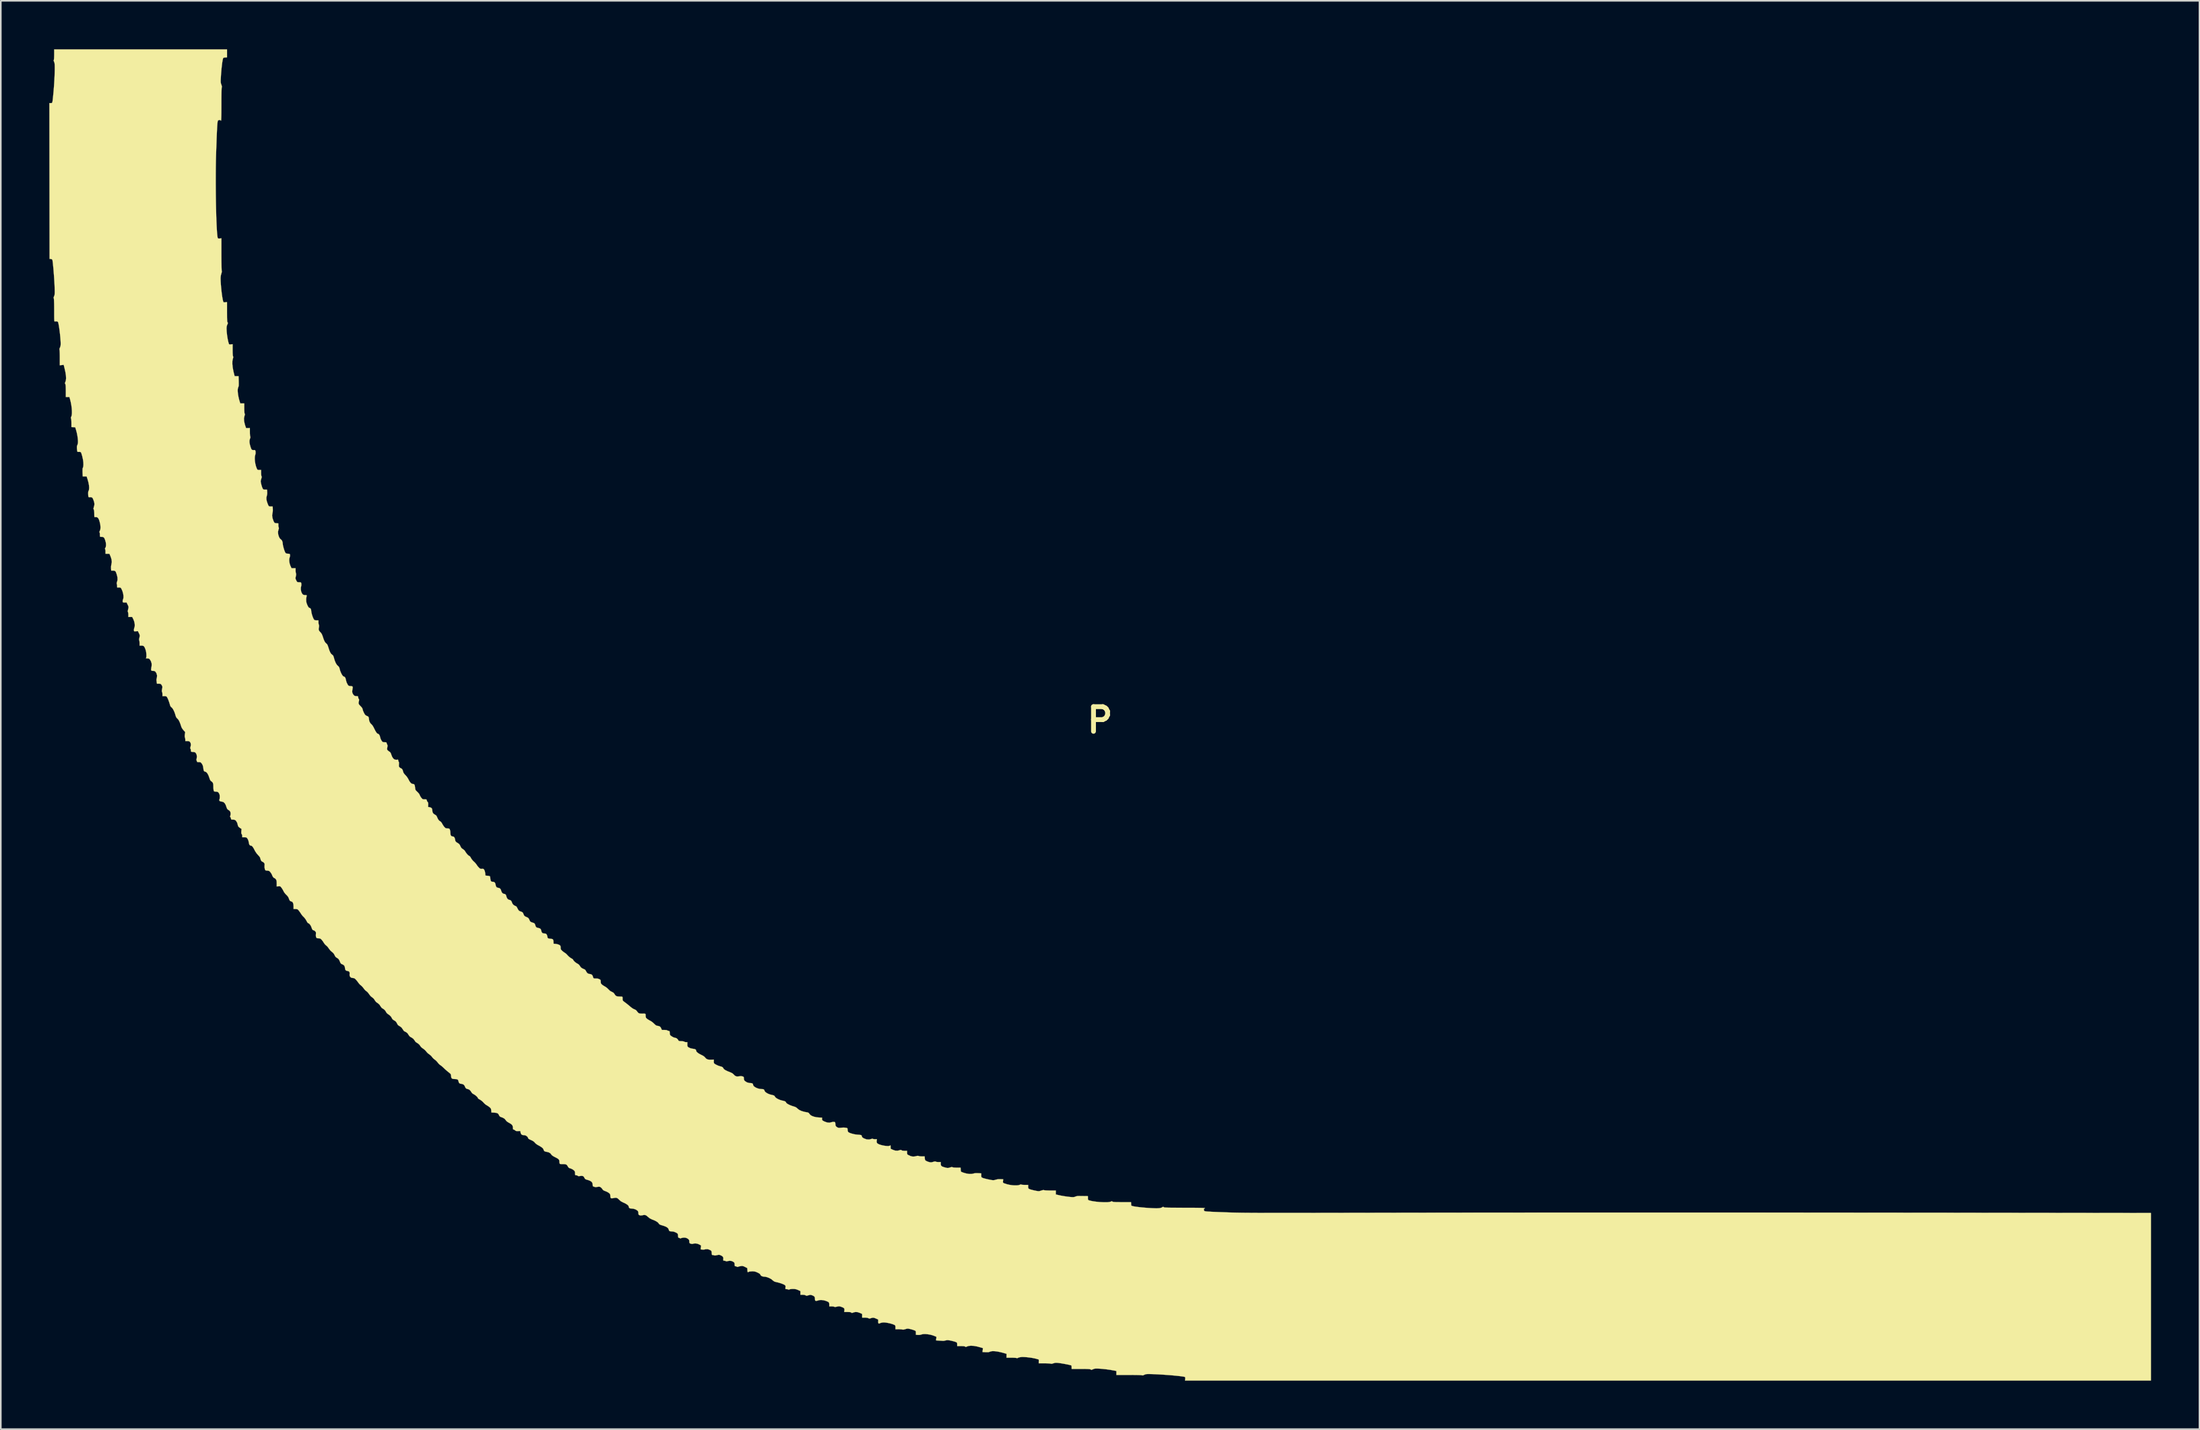
<source format=kicad_pcb>
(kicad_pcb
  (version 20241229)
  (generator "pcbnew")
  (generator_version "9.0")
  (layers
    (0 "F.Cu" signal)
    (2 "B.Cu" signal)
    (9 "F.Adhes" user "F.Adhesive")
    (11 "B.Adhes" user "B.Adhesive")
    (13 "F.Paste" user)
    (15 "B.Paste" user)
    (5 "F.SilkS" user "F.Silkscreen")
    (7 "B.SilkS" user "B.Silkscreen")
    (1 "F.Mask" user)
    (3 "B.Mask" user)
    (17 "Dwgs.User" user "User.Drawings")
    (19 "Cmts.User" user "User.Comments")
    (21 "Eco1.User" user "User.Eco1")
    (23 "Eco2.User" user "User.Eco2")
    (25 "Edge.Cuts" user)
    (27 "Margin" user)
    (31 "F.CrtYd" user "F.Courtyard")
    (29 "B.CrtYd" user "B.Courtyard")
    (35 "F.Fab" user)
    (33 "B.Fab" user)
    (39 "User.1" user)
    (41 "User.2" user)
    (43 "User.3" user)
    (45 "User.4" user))
  (footprint "P"
    (layer "F.Cu")
    (at 64.993 41.503)
    (property "Reference" "P" (at 0 0 0) (layer "F.SilkS") (effects (font (size 1.524 1.524) (thickness 0.3))))
    (attr through_hole)
    (fp_poly (pts (xy -54 -41.005) (xy -54.116 -40.997) (xy -54.188 -40.989) (xy -54.226 -40.972) (xy -54.246 -40.935) (xy -54.252 -40.915) (xy -54.275 -40.808) (xy -54.299 -40.661) (xy -54.321 -40.481) (xy -54.343 -40.278) (xy -54.361 -40.06) (xy -54.373 -39.897) (xy -54.382 -39.737) (xy -54.388 -39.617) (xy -54.39 -39.529) (xy -54.387 -39.463) (xy -54.38 -39.412) (xy -54.367 -39.365) (xy -54.349 -39.315) (xy -54.32 -39.221) (xy -54.317 -39.166) (xy -54.323 -39.156) (xy -54.329 -39.125) (xy -54.334 -39.047) (xy -54.339 -38.924) (xy -54.343 -38.76) (xy -54.345 -38.556) (xy -54.347 -38.315) (xy -54.347 -38.107) (xy -54.348 -37.825) (xy -54.349 -37.587) (xy -54.352 -37.393) (xy -54.356 -37.245) (xy -54.362 -37.144) (xy -54.368 -37.091) (xy -54.372 -37.083) (xy -54.396 -37.102) (xy -54.397 -37.108) (xy -54.417 -37.128) (xy -54.464 -37.131) (xy -54.519 -37.119) (xy -54.553 -37.102) (xy -54.563 -37.088) (xy -54.573 -37.061) (xy -54.581 -37.018) (xy -54.59 -36.956) (xy -54.598 -36.87) (xy -54.606 -36.76) (xy -54.614 -36.62) (xy -54.623 -36.449) (xy -54.632 -36.242) (xy -54.642 -35.998) (xy -54.652 -35.711) (xy -54.664 -35.381) (xy -54.672 -35.148) (xy -54.681 -34.853) (xy -54.688 -34.539) (xy -54.693 -34.21) (xy -54.696 -33.87) (xy -54.697 -33.522) (xy -54.697 -33.169) (xy -54.695 -32.816) (xy -54.692 -32.467) (xy -54.687 -32.123) (xy -54.681 -31.79) (xy -54.673 -31.47) (xy -54.665 -31.168) (xy -54.655 -30.887) (xy -54.644 -30.631) (xy -54.632 -30.402) (xy -54.62 -30.205) (xy -54.606 -30.044) (xy -54.592 -29.922) (xy -54.577 -29.842) (xy -54.561 -29.808) (xy -54.52 -29.798) (xy -54.453 -29.798) (xy -54.44 -29.799) (xy -54.347 -29.811) (xy -54.347 -28.814) (xy -54.346 -28.596) (xy -54.345 -28.393) (xy -54.342 -28.209) (xy -54.339 -28.052) (xy -54.335 -27.926) (xy -54.331 -27.837) (xy -54.327 -27.79) (xy -54.325 -27.785) (xy -54.321 -27.74) (xy -54.339 -27.663) (xy -54.35 -27.63) (xy -54.383 -27.503) (xy -54.397 -27.355) (xy -54.397 -27.339) (xy -54.393 -27.174) (xy -54.382 -26.983) (xy -54.365 -26.776) (xy -54.344 -26.566) (xy -54.32 -26.364) (xy -54.293 -26.18) (xy -54.266 -26.026) (xy -54.245 -25.936) (xy -54.227 -25.878) (xy -54.204 -25.851) (xy -54.159 -25.848) (xy -54.11 -25.853) (xy -54 -25.865) (xy -54 -25.251) (xy -53.999 -25.053) (xy -53.998 -24.899) (xy -53.994 -24.784) (xy -53.99 -24.703) (xy -53.983 -24.65) (xy -53.973 -24.619) (xy -53.965 -24.608) (xy -53.947 -24.584) (xy -53.951 -24.547) (xy -53.978 -24.483) (xy -53.982 -24.475) (xy -54.015 -24.381) (xy -54.028 -24.272) (xy -54.028 -24.209) (xy -54.018 -24.02) (xy -53.996 -23.818) (xy -53.966 -23.621) (xy -53.93 -23.443) (xy -53.897 -23.32) (xy -53.877 -23.268) (xy -53.851 -23.246) (xy -53.802 -23.244) (xy -53.761 -23.248) (xy -53.653 -23.261) (xy -53.653 -22.897) (xy -53.651 -22.734) (xy -53.645 -22.612) (xy -53.636 -22.534) (xy -53.625 -22.505) (xy -53.613 -22.472) (xy -53.622 -22.411) (xy -53.641 -22.347) (xy -53.667 -22.21) (xy -53.669 -22.033) (xy -53.648 -21.822) (xy -53.603 -21.581) (xy -53.555 -21.387) (xy -53.527 -21.282) (xy -53.285 -21.282) (xy -53.276 -20.979) (xy -53.274 -20.86) (xy -53.274 -20.758) (xy -53.278 -20.685) (xy -53.283 -20.65) (xy -53.284 -20.65) (xy -53.3 -20.612) (xy -53.321 -20.546) (xy -53.328 -20.521) (xy -53.339 -20.432) (xy -53.335 -20.307) (xy -53.319 -20.16) (xy -53.291 -20.001) (xy -53.254 -19.842) (xy -53.231 -19.763) (xy -53.179 -19.596) (xy -52.933 -19.596) (xy -52.933 -19.291) (xy -52.931 -19.147) (xy -52.924 -19.041) (xy -52.914 -18.975) (xy -52.906 -18.958) (xy -52.893 -18.924) (xy -52.904 -18.865) (xy -52.921 -18.816) (xy -52.951 -18.673) (xy -52.943 -18.501) (xy -52.897 -18.298) (xy -52.878 -18.239) (xy -52.822 -18.07) (xy -52.586 -18.073) (xy -52.586 -17.822) (xy -52.584 -17.714) (xy -52.577 -17.624) (xy -52.568 -17.564) (xy -52.561 -17.546) (xy -52.551 -17.505) (xy -52.573 -17.43) (xy -52.575 -17.426) (xy -52.606 -17.32) (xy -52.611 -17.205) (xy -52.59 -17.069) (xy -52.549 -16.923) (xy -52.515 -16.819) (xy -52.483 -16.754) (xy -52.444 -16.72) (xy -52.388 -16.709) (xy -52.303 -16.712) (xy -52.285 -16.714) (xy -52.256 -16.694) (xy -52.238 -16.64) (xy -52.231 -16.564) (xy -52.236 -16.482) (xy -52.254 -16.407) (xy -52.256 -16.403) (xy -52.278 -16.304) (xy -52.283 -16.173) (xy -52.273 -16.021) (xy -52.247 -15.862) (xy -52.209 -15.709) (xy -52.164 -15.584) (xy -52.132 -15.519) (xy -52.101 -15.488) (xy -52.05 -15.479) (xy -52.004 -15.478) (xy -51.891 -15.478) (xy -51.891 -15.297) (xy -51.888 -15.205) (xy -51.879 -15.131) (xy -51.866 -15.091) (xy -51.865 -15.089) (xy -51.853 -15.053) (xy -51.864 -14.987) (xy -51.877 -14.947) (xy -51.901 -14.866) (xy -51.915 -14.797) (xy -51.916 -14.776) (xy -51.908 -14.707) (xy -51.887 -14.61) (xy -51.858 -14.503) (xy -51.825 -14.404) (xy -51.801 -14.346) (xy -51.773 -14.295) (xy -51.739 -14.271) (xy -51.682 -14.263) (xy -51.644 -14.263) (xy -51.525 -14.263) (xy -51.514 -14.123) (xy -51.513 -14.014) (xy -51.528 -13.917) (xy -51.535 -13.894) (xy -51.562 -13.781) (xy -51.562 -13.661) (xy -51.533 -13.526) (xy -51.475 -13.363) (xy -51.464 -13.339) (xy -51.433 -13.27) (xy -51.404 -13.235) (xy -51.361 -13.222) (xy -51.296 -13.221) (xy -51.178 -13.221) (xy -51.167 -13.066) (xy -51.167 -12.935) (xy -51.185 -12.818) (xy -51.19 -12.8) (xy -51.208 -12.663) (xy -51.187 -12.506) (xy -51.129 -12.336) (xy -51.114 -12.303) (xy -51.079 -12.236) (xy -51.045 -12.202) (xy -50.994 -12.188) (xy -50.943 -12.184) (xy -50.825 -12.176) (xy -50.825 -12.059) (xy -50.82 -11.984) (xy -50.807 -11.929) (xy -50.799 -11.916) (xy -50.789 -11.874) (xy -50.812 -11.8) (xy -50.846 -11.659) (xy -50.835 -11.503) (xy -50.797 -11.371) (xy -50.748 -11.266) (xy -50.691 -11.202) (xy -50.673 -11.19) (xy -50.609 -11.127) (xy -50.567 -11.029) (xy -50.552 -10.914) (xy -50.543 -10.841) (xy -50.521 -10.738) (xy -50.49 -10.623) (xy -50.455 -10.512) (xy -50.421 -10.423) (xy -50.41 -10.4) (xy -50.377 -10.344) (xy -50.341 -10.315) (xy -50.285 -10.303) (xy -50.235 -10.299) (xy -50.16 -10.293) (xy -50.122 -10.28) (xy -50.106 -10.251) (xy -50.101 -10.212) (xy -50.106 -10.131) (xy -50.127 -10.063) (xy -50.15 -9.971) (xy -50.151 -9.851) (xy -50.132 -9.718) (xy -50.093 -9.587) (xy -50.075 -9.544) (xy -50.009 -9.401) (xy -49.758 -9.401) (xy -49.758 -9.263) (xy -49.754 -9.177) (xy -49.743 -9.106) (xy -49.733 -9.079) (xy -49.723 -9.021) (xy -49.736 -8.93) (xy -49.743 -8.9) (xy -49.761 -8.821) (xy -49.763 -8.765) (xy -49.745 -8.709) (xy -49.718 -8.651) (xy -49.681 -8.582) (xy -49.649 -8.547) (xy -49.605 -8.535) (xy -49.538 -8.533) (xy -49.465 -8.531) (xy -49.428 -8.519) (xy -49.411 -8.487) (xy -49.403 -8.444) (xy -49.4 -8.366) (xy -49.411 -8.296) (xy -49.412 -8.294) (xy -49.433 -8.194) (xy -49.432 -8.074) (xy -49.411 -7.959) (xy -49.398 -7.919) (xy -49.35 -7.824) (xy -49.298 -7.768) (xy -49.23 -7.743) (xy -49.169 -7.739) (xy -49.101 -7.737) (xy -49.072 -7.726) (xy -49.07 -7.7) (xy -49.074 -7.683) (xy -49.105 -7.506) (xy -49.098 -7.333) (xy -49.076 -7.24) (xy -49.032 -7.124) (xy -48.986 -7.031) (xy -48.941 -6.968) (xy -48.902 -6.945) (xy -48.902 -6.945) (xy -48.847 -6.923) (xy -48.807 -6.863) (xy -48.791 -6.779) (xy -48.791 -6.773) (xy -48.781 -6.682) (xy -48.754 -6.565) (xy -48.717 -6.442) (xy -48.674 -6.329) (xy -48.638 -6.257) (xy -48.603 -6.208) (xy -48.564 -6.184) (xy -48.502 -6.177) (xy -48.466 -6.176) (xy -48.344 -6.176) (xy -48.344 -6.063) (xy -48.339 -5.982) (xy -48.324 -5.916) (xy -48.318 -5.9) (xy -48.304 -5.843) (xy -48.312 -5.757) (xy -48.318 -5.725) (xy -48.331 -5.64) (xy -48.323 -5.575) (xy -48.289 -5.513) (xy -48.223 -5.439) (xy -48.199 -5.415) (xy -48.137 -5.329) (xy -48.083 -5.195) (xy -48.072 -5.16) (xy -48.018 -4.998) (xy -47.966 -4.878) (xy -47.91 -4.793) (xy -47.854 -4.742) (xy -47.811 -4.699) (xy -47.774 -4.632) (xy -47.737 -4.53) (xy -47.729 -4.503) (xy -47.672 -4.327) (xy -47.617 -4.197) (xy -47.561 -4.108) (xy -47.504 -4.057) (xy -47.499 -4.054) (xy -47.441 -4.006) (xy -47.405 -3.925) (xy -47.402 -3.913) (xy -47.341 -3.704) (xy -47.277 -3.544) (xy -47.207 -3.429) (xy -47.153 -3.373) (xy -47.089 -3.312) (xy -47.051 -3.244) (xy -47.031 -3.168) (xy -47.002 -3.065) (xy -46.961 -2.958) (xy -46.913 -2.858) (xy -46.864 -2.776) (xy -46.819 -2.722) (xy -46.794 -2.708) (xy -46.721 -2.676) (xy -46.673 -2.608) (xy -46.647 -2.501) (xy -46.605 -2.341) (xy -46.529 -2.192) (xy -46.5 -2.152) (xy -46.449 -2.119) (xy -46.359 -2.108) (xy -46.354 -2.108) (xy -46.279 -2.103) (xy -46.237 -2.081) (xy -46.223 -2.034) (xy -46.232 -1.952) (xy -46.241 -1.904) (xy -46.257 -1.781) (xy -46.243 -1.683) (xy -46.196 -1.596) (xy -46.172 -1.565) (xy -46.12 -1.514) (xy -46.063 -1.492) (xy -45.998 -1.488) (xy -45.93 -1.486) (xy -45.898 -1.473) (xy -45.889 -1.441) (xy -45.889 -1.422) (xy -45.875 -1.356) (xy -45.852 -1.315) (xy -45.829 -1.273) (xy -45.833 -1.214) (xy -45.839 -1.189) (xy -45.86 -1.096) (xy -45.857 -1.024) (xy -45.824 -0.959) (xy -45.756 -0.884) (xy -45.74 -0.868) (xy -45.677 -0.801) (xy -45.633 -0.74) (xy -45.616 -0.699) (xy -45.604 -0.638) (xy -45.573 -0.552) (xy -45.531 -0.458) (xy -45.484 -0.373) (xy -45.466 -0.346) (xy -45.41 -0.292) (xy -45.343 -0.26) (xy -45.342 -0.26) (xy -45.271 -0.228) (xy -45.232 -0.164) (xy -45.219 -0.064) (xy -45.219 -0.061) (xy -45.198 0.063) (xy -45.14 0.177) (xy -45.064 0.256) (xy -45.009 0.315) (xy -44.947 0.413) (xy -44.893 0.52) (xy -44.818 0.669) (xy -44.752 0.773) (xy -44.695 0.831) (xy -44.66 0.843) (xy -44.612 0.866) (xy -44.567 0.929) (xy -44.534 1.02) (xy -44.528 1.05) (xy -44.499 1.147) (xy -44.454 1.244) (xy -44.44 1.265) (xy -44.397 1.325) (xy -44.357 1.354) (xy -44.301 1.363) (xy -44.251 1.364) (xy -44.176 1.367) (xy -44.139 1.379) (xy -44.128 1.404) (xy -44.128 1.408) (xy -44.114 1.463) (xy -44.093 1.502) (xy -44.073 1.545) (xy -44.071 1.602) (xy -44.084 1.682) (xy -44.097 1.761) (xy -44.095 1.811) (xy -44.076 1.848) (xy -44.063 1.863) (xy -44.004 1.914) (xy -43.949 1.95) (xy -43.897 1.993) (xy -43.858 2.067) (xy -43.843 2.114) (xy -43.784 2.268) (xy -43.713 2.375) (xy -43.628 2.436) (xy -43.528 2.453) (xy -43.482 2.447) (xy -43.43 2.441) (xy -43.411 2.46) (xy -43.408 2.492) (xy -43.398 2.545) (xy -43.38 2.569) (xy -43.364 2.606) (xy -43.362 2.687) (xy -43.365 2.73) (xy -43.37 2.815) (xy -43.364 2.868) (xy -43.342 2.905) (xy -43.325 2.922) (xy -43.266 2.965) (xy -43.219 2.987) (xy -43.17 3.022) (xy -43.13 3.097) (xy -43.098 3.212) (xy -43.07 3.272) (xy -43.014 3.346) (xy -42.964 3.398) (xy -42.886 3.486) (xy -42.815 3.588) (xy -42.784 3.646) (xy -42.711 3.783) (xy -42.636 3.881) (xy -42.563 3.934) (xy -42.519 3.944) (xy -42.455 3.952) (xy -42.413 3.979) (xy -42.387 4.036) (xy -42.371 4.132) (xy -42.368 4.155) (xy -42.357 4.247) (xy -42.34 4.308) (xy -42.307 4.357) (xy -42.25 4.414) (xy -42.225 4.437) (xy -42.158 4.506) (xy -42.107 4.572) (xy -42.084 4.618) (xy -42.06 4.676) (xy -42.016 4.75) (xy -41.986 4.792) (xy -41.935 4.854) (xy -41.893 4.886) (xy -41.84 4.897) (xy -41.776 4.898) (xy -41.7 4.899) (xy -41.662 4.909) (xy -41.648 4.932) (xy -41.647 4.95) (xy -41.629 5.006) (xy -41.598 5.048) (xy -41.568 5.086) (xy -41.555 5.139) (xy -41.554 5.225) (xy -41.554 5.23) (xy -41.56 5.368) (xy -41.463 5.385) (xy -41.374 5.414) (xy -41.321 5.471) (xy -41.301 5.562) (xy -41.3 5.593) (xy -41.282 5.703) (xy -41.225 5.788) (xy -41.132 5.848) (xy -41.068 5.889) (xy -41.025 5.947) (xy -40.998 6.012) (xy -40.943 6.129) (xy -40.875 6.217) (xy -40.801 6.264) (xy -40.799 6.265) (xy -40.763 6.294) (xy -40.718 6.353) (xy -40.692 6.401) (xy -40.639 6.491) (xy -40.579 6.578) (xy -40.553 6.61) (xy -40.497 6.665) (xy -40.444 6.691) (xy -40.37 6.697) (xy -40.36 6.697) (xy -40.288 6.7) (xy -40.247 6.716) (xy -40.222 6.753) (xy -40.211 6.778) (xy -40.192 6.853) (xy -40.183 6.946) (xy -40.183 6.978) (xy -40.173 7.085) (xy -40.134 7.158) (xy -40.071 7.192) (xy -40.05 7.194) (xy -39.993 7.203) (xy -39.968 7.213) (xy -39.934 7.255) (xy -39.904 7.326) (xy -39.887 7.402) (xy -39.886 7.427) (xy -39.862 7.496) (xy -39.791 7.563) (xy -39.708 7.611) (xy -39.643 7.66) (xy -39.596 7.722) (xy -39.594 7.727) (xy -39.548 7.827) (xy -39.508 7.894) (xy -39.463 7.939) (xy -39.405 7.978) (xy -39.403 7.979) (xy -39.304 8.061) (xy -39.25 8.143) (xy -39.205 8.213) (xy -39.146 8.287) (xy -39.082 8.351) (xy -39.026 8.396) (xy -38.993 8.409) (xy -38.969 8.429) (xy -38.934 8.482) (xy -38.907 8.531) (xy -38.85 8.619) (xy -38.774 8.707) (xy -38.734 8.743) (xy -38.658 8.816) (xy -38.589 8.898) (xy -38.562 8.938) (xy -38.503 9.023) (xy -38.432 9.106) (xy -38.414 9.125) (xy -38.354 9.177) (xy -38.305 9.198) (xy -38.244 9.198) (xy -38.23 9.197) (xy -38.164 9.193) (xy -38.124 9.211) (xy -38.087 9.261) (xy -38.086 9.261) (xy -38.056 9.332) (xy -38.033 9.425) (xy -38.026 9.475) (xy -38.013 9.612) (xy -37.884 9.625) (xy -37.808 9.635) (xy -37.754 9.648) (xy -37.738 9.655) (xy -37.726 9.688) (xy -37.715 9.753) (xy -37.709 9.804) (xy -37.695 9.903) (xy -37.67 9.961) (xy -37.628 9.99) (xy -37.568 9.996) (xy -37.479 10.011) (xy -37.422 10.059) (xy -37.392 10.146) (xy -37.388 10.171) (xy -37.361 10.28) (xy -37.311 10.345) (xy -37.238 10.368) (xy -37.234 10.368) (xy -37.142 10.39) (xy -37.076 10.452) (xy -37.044 10.537) (xy -37.014 10.625) (xy -36.964 10.696) (xy -36.905 10.736) (xy -36.879 10.74) (xy -36.796 10.759) (xy -36.743 10.817) (xy -36.72 10.895) (xy -36.691 10.985) (xy -36.641 11.059) (xy -36.58 11.105) (xy -36.544 11.113) (xy -36.468 11.135) (xy -36.407 11.194) (xy -36.375 11.272) (xy -36.335 11.364) (xy -36.262 11.442) (xy -36.171 11.491) (xy -36.158 11.494) (xy -36.112 11.516) (xy -36.072 11.563) (xy -36.03 11.646) (xy -35.98 11.738) (xy -35.93 11.795) (xy -35.912 11.805) (xy -35.848 11.83) (xy -35.775 11.857) (xy -35.712 11.894) (xy -35.675 11.956) (xy -35.665 11.983) (xy -35.628 12.073) (xy -35.571 12.133) (xy -35.481 12.176) (xy -35.459 12.184) (xy -35.377 12.226) (xy -35.331 12.278) (xy -35.297 12.35) (xy -35.271 12.407) (xy -35.247 12.447) (xy -35.209 12.478) (xy -35.146 12.507) (xy -35.046 12.539) (xy -35.038 12.542) (xy -34.986 12.567) (xy -34.953 12.615) (xy -34.932 12.674) (xy -34.905 12.756) (xy -34.875 12.804) (xy -34.826 12.832) (xy -34.749 12.852) (xy -34.658 12.878) (xy -34.604 12.913) (xy -34.575 12.967) (xy -34.563 13.019) (xy -34.531 13.118) (xy -34.476 13.175) (xy -34.394 13.196) (xy -34.382 13.196) (xy -34.315 13.202) (xy -34.268 13.213) (xy -34.265 13.215) (xy -34.221 13.267) (xy -34.19 13.343) (xy -34.181 13.402) (xy -34.168 13.462) (xy -34.126 13.499) (xy -34.046 13.517) (xy -34.007 13.521) (xy -33.909 13.531) (xy -33.85 13.553) (xy -33.819 13.598) (xy -33.806 13.673) (xy -33.804 13.699) (xy -33.796 13.829) (xy -33.66 13.841) (xy -33.565 13.858) (xy -33.478 13.886) (xy -33.443 13.903) (xy -33.393 13.94) (xy -33.369 13.981) (xy -33.363 14.047) (xy -33.362 14.068) (xy -33.358 14.141) (xy -33.337 14.193) (xy -33.291 14.246) (xy -33.265 14.271) (xy -33.193 14.33) (xy -33.123 14.38) (xy -33.095 14.396) (xy -33.039 14.436) (xy -32.972 14.5) (xy -32.932 14.545) (xy -32.854 14.624) (xy -32.762 14.697) (xy -32.717 14.724) (xy -32.65 14.764) (xy -32.605 14.797) (xy -32.593 14.811) (xy -32.575 14.852) (xy -32.526 14.909) (xy -32.461 14.97) (xy -32.39 15.024) (xy -32.331 15.057) (xy -32.233 15.12) (xy -32.169 15.206) (xy -32.118 15.28) (xy -32.055 15.335) (xy -31.966 15.381) (xy -31.907 15.404) (xy -31.836 15.45) (xy -31.79 15.528) (xy -31.729 15.629) (xy -31.646 15.687) (xy -31.564 15.701) (xy -31.467 15.722) (xy -31.399 15.78) (xy -31.369 15.853) (xy -31.345 15.934) (xy -31.306 15.974) (xy -31.24 15.984) (xy -31.193 15.981) (xy -31.064 15.987) (xy -30.984 16.015) (xy -30.922 16.046) (xy -30.893 16.079) (xy -30.883 16.132) (xy -30.882 16.177) (xy -30.877 16.256) (xy -30.853 16.309) (xy -30.804 16.358) (xy -30.733 16.41) (xy -30.645 16.464) (xy -30.612 16.482) (xy -30.528 16.537) (xy -30.443 16.611) (xy -30.405 16.652) (xy -30.297 16.753) (xy -30.207 16.799) (xy -30.101 16.856) (xy -30.045 16.919) (xy -29.999 16.989) (xy -29.959 17.037) (xy -29.916 17.068) (xy -29.858 17.085) (xy -29.776 17.095) (xy -29.659 17.099) (xy -29.605 17.101) (xy -29.56 17.105) (xy -29.538 17.123) (xy -29.531 17.167) (xy -29.53 17.226) (xy -29.529 17.288) (xy -29.519 17.332) (xy -29.493 17.369) (xy -29.442 17.412) (xy -29.369 17.467) (xy -29.265 17.546) (xy -29.151 17.638) (xy -29.055 17.72) (xy -28.957 17.799) (xy -28.862 17.859) (xy -28.798 17.887) (xy -28.706 17.931) (xy -28.638 18.007) (xy -28.635 18.012) (xy -28.577 18.089) (xy -28.513 18.134) (xy -28.43 18.154) (xy -28.318 18.156) (xy -28.215 18.153) (xy -28.152 18.156) (xy -28.118 18.171) (xy -28.106 18.202) (xy -28.104 18.256) (xy -28.104 18.279) (xy -28.099 18.358) (xy -28.08 18.411) (xy -28.035 18.458) (xy -28.023 18.469) (xy -27.95 18.521) (xy -27.86 18.574) (xy -27.824 18.592) (xy -27.743 18.64) (xy -27.652 18.71) (xy -27.583 18.774) (xy -27.517 18.837) (xy -27.457 18.883) (xy -27.418 18.901) (xy -27.417 18.901) (xy -27.363 18.908) (xy -27.292 18.924) (xy -27.283 18.926) (xy -27.219 18.954) (xy -27.174 19.004) (xy -27.147 19.056) (xy -27.099 19.162) (xy -26.946 19.162) (xy -26.853 19.167) (xy -26.785 19.18) (xy -26.761 19.193) (xy -26.712 19.218) (xy -26.674 19.224) (xy -26.641 19.229) (xy -26.623 19.253) (xy -26.614 19.309) (xy -26.611 19.354) (xy -26.604 19.429) (xy -26.587 19.478) (xy -26.55 19.517) (xy -26.482 19.565) (xy -26.404 19.609) (xy -26.33 19.639) (xy -26.293 19.645) (xy -26.205 19.669) (xy -26.127 19.732) (xy -26.086 19.794) (xy -26.064 19.829) (xy -26.032 19.847) (xy -25.976 19.855) (xy -25.902 19.857) (xy -25.814 19.862) (xy -25.746 19.875) (xy -25.718 19.888) (xy -25.673 19.909) (xy -25.608 19.918) (xy -25.606 19.918) (xy -25.524 19.918) (xy -25.524 20.054) (xy -25.522 20.134) (xy -25.509 20.183) (xy -25.478 20.218) (xy -25.431 20.25) (xy -25.321 20.299) (xy -25.192 20.325) (xy -25.084 20.342) (xy -25.018 20.368) (xy -24.985 20.408) (xy -24.978 20.453) (xy -24.956 20.506) (xy -24.891 20.569) (xy -24.792 20.637) (xy -24.663 20.705) (xy -24.621 20.724) (xy -24.532 20.773) (xy -24.459 20.831) (xy -24.433 20.86) (xy -24.36 20.94) (xy -24.271 20.987) (xy -24.155 21.006) (xy -24.057 21.005) (xy -23.887 20.996) (xy -23.887 21.114) (xy -23.885 21.18) (xy -23.872 21.223) (xy -23.838 21.257) (xy -23.772 21.297) (xy -23.758 21.305) (xy -23.661 21.353) (xy -23.555 21.394) (xy -23.504 21.408) (xy -23.405 21.437) (xy -23.342 21.469) (xy -23.304 21.515) (xy -23.29 21.547) (xy -23.248 21.598) (xy -23.161 21.655) (xy -23.031 21.718) (xy -22.877 21.778) (xy -22.752 21.836) (xy -22.67 21.904) (xy -22.661 21.914) (xy -22.572 22.001) (xy -22.469 22.041) (xy -22.347 22.036) (xy -22.328 22.032) (xy -22.223 22.018) (xy -22.13 22.031) (xy -22.119 22.034) (xy -22.06 22.057) (xy -22.033 22.087) (xy -22.027 22.144) (xy -22.027 22.165) (xy -22.015 22.253) (xy -21.974 22.314) (xy -21.971 22.317) (xy -21.841 22.404) (xy -21.693 22.445) (xy -21.636 22.448) (xy -21.538 22.457) (xy -21.48 22.487) (xy -21.457 22.542) (xy -21.456 22.563) (xy -21.433 22.62) (xy -21.371 22.679) (xy -21.281 22.733) (xy -21.172 22.778) (xy -21.055 22.809) (xy -20.94 22.821) (xy -20.849 22.826) (xy -20.793 22.844) (xy -20.762 22.884) (xy -20.748 22.927) (xy -20.712 22.986) (xy -20.637 23.048) (xy -20.536 23.105) (xy -20.419 23.151) (xy -20.354 23.168) (xy -20.252 23.192) (xy -20.187 23.211) (xy -20.148 23.231) (xy -20.124 23.258) (xy -20.102 23.295) (xy -20.051 23.354) (xy -19.962 23.415) (xy -19.847 23.471) (xy -19.719 23.516) (xy -19.623 23.539) (xy -19.52 23.564) (xy -19.457 23.595) (xy -19.42 23.638) (xy -19.409 23.665) (xy -19.377 23.703) (xy -19.308 23.748) (xy -19.213 23.797) (xy -19.101 23.844) (xy -18.985 23.884) (xy -18.942 23.895) (xy -18.834 23.933) (xy -18.751 23.988) (xy -18.707 24.03) (xy -18.604 24.111) (xy -18.46 24.178) (xy -18.284 24.229) (xy -18.194 24.246) (xy -18.098 24.263) (xy -18.038 24.283) (xy -18.001 24.31) (xy -17.974 24.353) (xy -17.972 24.356) (xy -17.912 24.424) (xy -17.813 24.484) (xy -17.682 24.532) (xy -17.53 24.565) (xy -17.407 24.577) (xy -17.19 24.588) (xy -17.19 24.672) (xy -17.186 24.719) (xy -17.17 24.752) (xy -17.131 24.782) (xy -17.058 24.819) (xy -17.035 24.831) (xy -16.874 24.888) (xy -16.732 24.901) (xy -16.609 24.871) (xy -16.531 24.852) (xy -16.455 24.85) (xy -16.407 24.858) (xy -16.382 24.878) (xy -16.371 24.923) (xy -16.366 24.986) (xy -16.358 25.066) (xy -16.337 25.115) (xy -16.295 25.155) (xy -16.272 25.172) (xy -16.215 25.205) (xy -16.16 25.22) (xy -16.088 25.22) (xy -16.036 25.216) (xy -15.937 25.206) (xy -15.868 25.202) (xy -15.812 25.204) (xy -15.749 25.211) (xy -15.714 25.216) (xy -15.653 25.227) (xy -15.623 25.248) (xy -15.613 25.294) (xy -15.61 25.342) (xy -15.594 25.438) (xy -15.561 25.489) (xy -15.491 25.527) (xy -15.387 25.565) (xy -15.263 25.599) (xy -15.135 25.626) (xy -15.019 25.64) (xy -14.898 25.648) (xy -14.817 25.658) (xy -14.768 25.672) (xy -14.743 25.694) (xy -14.732 25.725) (xy -14.729 25.741) (xy -14.715 25.786) (xy -14.677 25.825) (xy -14.605 25.868) (xy -14.587 25.877) (xy -14.43 25.934) (xy -14.279 25.943) (xy -14.151 25.91) (xy -14.088 25.891) (xy -14.053 25.895) (xy -14.051 25.898) (xy -14.02 25.911) (xy -13.956 25.92) (xy -13.916 25.921) (xy -13.796 25.921) (xy -13.81 26.021) (xy -13.812 26.102) (xy -13.788 26.158) (xy -13.778 26.17) (xy -13.72 26.213) (xy -13.631 26.252) (xy -13.521 26.286) (xy -13.4 26.314) (xy -13.277 26.334) (xy -13.163 26.343) (xy -13.066 26.342) (xy -12.997 26.328) (xy -12.965 26.3) (xy -12.965 26.299) (xy -12.958 26.296) (xy -12.953 26.335) (xy -12.951 26.384) (xy -12.948 26.513) (xy -12.813 26.576) (xy -12.661 26.628) (xy -12.516 26.634) (xy -12.397 26.605) (xy -12.333 26.586) (xy -12.297 26.588) (xy -12.276 26.606) (xy -12.228 26.629) (xy -12.135 26.639) (xy -12.089 26.64) (xy -11.931 26.64) (xy -11.931 26.751) (xy -11.927 26.823) (xy -11.908 26.865) (xy -11.862 26.897) (xy -11.838 26.91) (xy -11.698 26.971) (xy -11.577 26.997) (xy -11.461 26.991) (xy -11.396 26.976) (xy -11.301 26.953) (xy -11.238 26.953) (xy -11.213 26.962) (xy -11.164 26.975) (xy -11.084 26.985) (xy -11.004 26.988) (xy -10.842 26.988) (xy -10.835 27.104) (xy -10.825 27.181) (xy -10.802 27.227) (xy -10.756 27.262) (xy -10.753 27.264) (xy -10.681 27.298) (xy -10.592 27.329) (xy -10.564 27.337) (xy -10.487 27.353) (xy -10.42 27.352) (xy -10.338 27.331) (xy -10.319 27.325) (xy -10.23 27.301) (xy -10.177 27.3) (xy -10.162 27.308) (xy -10.124 27.323) (xy -10.054 27.332) (xy -9.991 27.335) (xy -9.847 27.335) (xy -9.847 27.446) (xy -9.841 27.516) (xy -9.818 27.567) (xy -9.769 27.606) (xy -9.687 27.64) (xy -9.573 27.673) (xy -9.483 27.695) (xy -9.42 27.703) (xy -9.363 27.697) (xy -9.293 27.677) (xy -9.279 27.672) (xy -9.189 27.648) (xy -9.136 27.647) (xy -9.12 27.656) (xy -9.084 27.668) (xy -9.01 27.677) (xy -8.909 27.681) (xy -8.857 27.682) (xy -8.62 27.682) (xy -8.615 27.797) (xy -8.608 27.87) (xy -8.597 27.921) (xy -8.59 27.931) (xy -8.558 27.949) (xy -8.492 27.975) (xy -8.41 28.004) (xy -8.255 28.046) (xy -8.103 28.07) (xy -7.966 28.073) (xy -7.858 28.057) (xy -7.838 28.05) (xy -7.751 28.028) (xy -7.627 28.022) (xy -7.547 28.024) (xy -7.342 28.035) (xy -7.342 28.157) (xy -7.34 28.231) (xy -7.326 28.273) (xy -7.291 28.3) (xy -7.249 28.319) (xy -7.187 28.34) (xy -7.09 28.366) (xy -6.973 28.395) (xy -6.876 28.415) (xy -6.753 28.44) (xy -6.665 28.454) (xy -6.601 28.459) (xy -6.547 28.455) (xy -6.492 28.442) (xy -6.467 28.435) (xy -6.385 28.413) (xy -6.325 28.4) (xy -6.265 28.395) (xy -6.187 28.395) (xy -6.124 28.397) (xy -5.984 28.401) (xy -5.996 28.509) (xy -6.001 28.577) (xy -5.989 28.615) (xy -5.95 28.64) (xy -5.913 28.655) (xy -5.765 28.704) (xy -5.603 28.742) (xy -5.436 28.768) (xy -5.277 28.781) (xy -5.134 28.78) (xy -5.021 28.764) (xy -4.967 28.744) (xy -4.911 28.723) (xy -4.876 28.723) (xy -4.873 28.726) (xy -4.843 28.736) (xy -4.776 28.744) (xy -4.685 28.748) (xy -4.649 28.749) (xy -4.44 28.749) (xy -4.44 28.862) (xy -4.437 28.933) (xy -4.42 28.972) (xy -4.378 29) (xy -4.347 29.014) (xy -4.281 29.036) (xy -4.183 29.063) (xy -4.07 29.09) (xy -4.016 29.101) (xy -3.906 29.123) (xy -3.831 29.134) (xy -3.774 29.136) (xy -3.722 29.128) (xy -3.661 29.109) (xy -3.632 29.099) (xy -3.539 29.073) (xy -3.479 29.067) (xy -3.461 29.073) (xy -3.429 29.081) (xy -3.357 29.088) (xy -3.255 29.093) (xy -3.131 29.096) (xy -3.083 29.096) (xy -2.729 29.096) (xy -2.729 29.34) (xy -2.509 29.391) (xy -2.395 29.415) (xy -2.25 29.44) (xy -2.095 29.464) (xy -1.965 29.481) (xy -1.83 29.496) (xy -1.732 29.504) (xy -1.663 29.506) (xy -1.61 29.501) (xy -1.563 29.489) (xy -1.533 29.479) (xy -1.486 29.461) (xy -1.448 29.449) (xy -1.409 29.441) (xy -1.359 29.437) (xy -1.289 29.436) (xy -1.188 29.437) (xy -1.048 29.439) (xy -0.744 29.443) (xy -0.744 29.563) (xy -0.742 29.636) (xy -0.729 29.675) (xy -0.694 29.697) (xy -0.647 29.712) (xy -0.521 29.744) (xy -0.368 29.77) (xy -0.199 29.792) (xy -0.022 29.809) (xy 0.153 29.819) (xy 0.317 29.823) (xy 0.462 29.82) (xy 0.577 29.809) (xy 0.654 29.79) (xy 0.662 29.787) (xy 0.719 29.762) (xy 0.752 29.763) (xy 0.771 29.78) (xy 0.79 29.792) (xy 0.828 29.801) (xy 0.89 29.807) (xy 0.984 29.812) (xy 1.113 29.814) (xy 1.285 29.815) (xy 1.362 29.815) (xy 1.924 29.815) (xy 1.928 29.917) (xy 1.934 29.984) (xy 1.942 30.026) (xy 1.945 30.032) (xy 1.987 30.051) (xy 2.073 30.072) (xy 2.197 30.094) (xy 2.352 30.115) (xy 2.534 30.136) (xy 2.735 30.155) (xy 2.95 30.172) (xy 3.174 30.186) (xy 3.181 30.186) (xy 3.383 30.195) (xy 3.542 30.196) (xy 3.665 30.189) (xy 3.759 30.173) (xy 3.829 30.148) (xy 3.88 30.115) (xy 3.916 30.103) (xy 3.944 30.125) (xy 3.956 30.134) (xy 3.98 30.141) (xy 4.019 30.147) (xy 4.078 30.151) (xy 4.16 30.155) (xy 4.27 30.158) (xy 4.412 30.16) (xy 4.588 30.161) (xy 4.804 30.162) (xy 5.064 30.162) (xy 5.237 30.163) (xy 5.555 30.163) (xy 5.828 30.164) (xy 6.056 30.167) (xy 6.238 30.17) (xy 6.372 30.174) (xy 6.459 30.18) (xy 6.497 30.186) (xy 6.499 30.187) (xy 6.479 30.209) (xy 6.462 30.212) (xy 6.432 30.225) (xy 6.427 30.268) (xy 6.44 30.328) (xy 6.444 30.343) (xy 6.452 30.355) (xy 6.468 30.366) (xy 6.494 30.375) (xy 6.535 30.383) (xy 6.596 30.391) (xy 6.678 30.398) (xy 6.788 30.404) (xy 6.927 30.412) (xy 7.101 30.419) (xy 7.312 30.428) (xy 7.565 30.437) (xy 7.864 30.448) (xy 7.875 30.449) (xy 7.985 30.453) (xy 8.098 30.456) (xy 8.215 30.46) (xy 8.339 30.463) (xy 8.471 30.466) (xy 8.613 30.468) (xy 8.767 30.471) (xy 8.935 30.473) (xy 9.119 30.475) (xy 9.321 30.476) (xy 9.543 30.477) (xy 9.786 30.479) (xy 10.053 30.479) (xy 10.345 30.48) (xy 10.664 30.481) (xy 11.013 30.481) (xy 11.393 30.481) (xy 11.806 30.481) (xy 12.253 30.48) (xy 12.738 30.48) (xy 13.261 30.479) (xy 13.825 30.478) (xy 14.431 30.477) (xy 15.082 30.476) (xy 15.778 30.475) (xy 16.334 30.474) (xy 17.448 30.472) (xy 18.61 30.47) (xy 19.816 30.468) (xy 21.066 30.467) (xy 22.356 30.465) (xy 23.685 30.464) (xy 25.049 30.463) (xy 26.448 30.462) (xy 27.878 30.461) (xy 29.338 30.46) (xy 30.825 30.46) (xy 32.336 30.46) (xy 33.871 30.46) (xy 35.426 30.46) (xy 36.999 30.46) (xy 38.587 30.46) (xy 40.19 30.461) (xy 41.804 30.462) (xy 43.427 30.462) (xy 45.057 30.464) (xy 46.692 30.465) (xy 48.329 30.466) (xy 49.967 30.468) (xy 51.602 30.469) (xy 53.233 30.471) (xy 54.266 30.473) (xy 65.013 30.486) (xy 65.013 40.853) (xy 5.263 40.853) (xy 5.274 40.76) (xy 5.277 40.692) (xy 5.268 40.643) (xy 5.265 40.638) (xy 5.233 40.624) (xy 5.157 40.608) (xy 5.042 40.591) (xy 4.895 40.573) (xy 4.722 40.555) (xy 4.527 40.536) (xy 4.317 40.518) (xy 4.098 40.502) (xy 3.874 40.486) (xy 3.653 40.473) (xy 3.439 40.462) (xy 3.238 40.455) (xy 3.125 40.452) (xy 2.997 40.45) (xy 2.906 40.453) (xy 2.841 40.461) (xy 2.789 40.476) (xy 2.737 40.5) (xy 2.736 40.501) (xy 2.666 40.531) (xy 2.624 40.536) (xy 2.617 40.531) (xy 2.588 40.523) (xy 2.512 40.517) (xy 2.391 40.512) (xy 2.229 40.509) (xy 2.029 40.507) (xy 1.809 40.506) (xy 1.017 40.506) (xy 1.017 40.262) (xy 0.887 40.235) (xy 0.641 40.191) (xy 0.372 40.154) (xy 0.107 40.127) (xy -0.026 40.118) (xy -0.154 40.112) (xy -0.245 40.111) (xy -0.312 40.117) (xy -0.367 40.129) (xy -0.422 40.151) (xy -0.427 40.153) (xy -0.499 40.182) (xy -0.54 40.189) (xy -0.566 40.176) (xy -0.572 40.169) (xy -0.59 40.158) (xy -0.627 40.149) (xy -0.688 40.142) (xy -0.778 40.138) (xy -0.904 40.135) (xy -1.071 40.134) (xy -1.176 40.134) (xy -1.75 40.134) (xy -1.75 40.036) (xy -1.754 39.97) (xy -1.763 39.927) (xy -1.766 39.923) (xy -1.8 39.908) (xy -1.874 39.888) (xy -1.978 39.864) (xy -2.103 39.839) (xy -2.24 39.814) (xy -2.379 39.79) (xy -2.474 39.776) (xy -2.594 39.76) (xy -2.678 39.753) (xy -2.741 39.753) (xy -2.797 39.762) (xy -2.858 39.78) (xy -2.876 39.786) (xy -2.965 39.811) (xy -3.023 39.816) (xy -3.037 39.81) (xy -3.069 39.802) (xy -3.142 39.795) (xy -3.244 39.79) (xy -3.369 39.787) (xy -3.423 39.787) (xy -3.786 39.787) (xy -3.783 39.554) (xy -3.93 39.509) (xy -4.05 39.479) (xy -4.203 39.45) (xy -4.371 39.426) (xy -4.54 39.407) (xy -4.695 39.397) (xy -4.821 39.395) (xy -4.842 39.396) (xy -4.942 39.409) (xy -5.026 39.429) (xy -5.07 39.448) (xy -5.122 39.471) (xy -5.147 39.464) (xy -5.177 39.454) (xy -5.248 39.446) (xy -5.35 39.441) (xy -5.471 39.439) (xy -5.779 39.439) (xy -5.779 39.199) (xy -5.959 39.146) (xy -6.152 39.096) (xy -6.334 39.059) (xy -6.496 39.038) (xy -6.63 39.032) (xy -6.721 39.043) (xy -6.793 39.063) (xy -6.846 39.082) (xy -6.858 39.088) (xy -6.894 39.096) (xy -6.964 39.099) (xy -7.057 39.098) (xy -7.074 39.097) (xy -7.265 39.088) (xy -7.251 38.968) (xy -7.237 38.848) (xy -7.403 38.797) (xy -7.615 38.741) (xy -7.811 38.707) (xy -7.984 38.698) (xy -8.126 38.712) (xy -8.217 38.742) (xy -8.279 38.77) (xy -8.314 38.772) (xy -8.337 38.754) (xy -8.37 38.736) (xy -8.437 38.725) (xy -8.544 38.721) (xy -8.598 38.72) (xy -8.83 38.72) (xy -8.83 38.611) (xy -8.834 38.542) (xy -8.852 38.503) (xy -8.897 38.476) (xy -8.924 38.465) (xy -8.994 38.441) (xy -9.093 38.414) (xy -9.202 38.388) (xy -9.222 38.383) (xy -9.332 38.362) (xy -9.412 38.353) (xy -9.478 38.356) (xy -9.544 38.37) (xy -9.62 38.388) (xy -9.681 38.398) (xy -9.699 38.398) (xy -9.74 38.395) (xy -9.816 38.39) (xy -9.912 38.384) (xy -9.937 38.382) (xy -10.139 38.369) (xy -10.126 38.259) (xy -10.114 38.15) (xy -10.229 38.099) (xy -10.367 38.048) (xy -10.52 38.01) (xy -10.676 37.985) (xy -10.824 37.974) (xy -10.951 37.98) (xy -11.045 38.003) (xy -11.053 38.006) (xy -11.141 38.029) (xy -11.255 38.031) (xy -11.385 38.021) (xy -11.385 37.902) (xy -11.388 37.829) (xy -11.403 37.788) (xy -11.441 37.762) (xy -11.488 37.742) (xy -11.57 37.714) (xy -11.673 37.683) (xy -11.748 37.664) (xy -11.839 37.645) (xy -11.904 37.641) (xy -11.967 37.651) (xy -12.041 37.674) (xy -12.125 37.697) (xy -12.187 37.704) (xy -12.209 37.699) (xy -12.248 37.69) (xy -12.322 37.683) (xy -12.417 37.679) (xy -12.446 37.679) (xy -12.65 37.678) (xy -12.65 37.559) (xy -12.653 37.485) (xy -12.669 37.443) (xy -12.706 37.414) (xy -12.74 37.397) (xy -12.843 37.357) (xy -12.976 37.319) (xy -13.121 37.287) (xy -13.259 37.265) (xy -13.37 37.257) (xy -13.462 37.264) (xy -13.544 37.281) (xy -13.577 37.294) (xy -13.651 37.326) (xy -13.693 37.325) (xy -13.713 37.284) (xy -13.717 37.206) (xy -13.717 37.081) (xy -13.847 37.02) (xy -13.944 36.98) (xy -14.02 36.964) (xy -14.093 36.971) (xy -14.174 36.996) (xy -14.241 37.016) (xy -14.285 37.015) (xy -14.322 36.995) (xy -14.384 36.972) (xy -14.486 36.96) (xy -14.541 36.959) (xy -14.709 36.959) (xy -14.709 36.733) (xy -14.848 36.669) (xy -15.001 36.618) (xy -15.141 36.613) (xy -15.263 36.645) (xy -15.324 36.667) (xy -15.358 36.666) (xy -15.38 36.647) (xy -15.415 36.627) (xy -15.485 36.616) (xy -15.596 36.612) (xy -15.615 36.612) (xy -15.819 36.612) (xy -15.807 36.505) (xy -15.806 36.437) (xy -15.825 36.387) (xy -15.872 36.347) (xy -15.955 36.309) (xy -16.024 36.284) (xy -16.099 36.263) (xy -16.163 36.26) (xy -16.241 36.274) (xy -16.27 36.281) (xy -16.366 36.3) (xy -16.42 36.296) (xy -16.43 36.29) (xy -16.467 36.276) (xy -16.537 36.267) (xy -16.599 36.264) (xy -16.743 36.264) (xy -16.743 36.146) (xy -16.747 36.078) (xy -16.765 36.029) (xy -16.804 35.991) (xy -16.875 35.956) (xy -16.984 35.915) (xy -16.987 35.914) (xy -17.114 35.882) (xy -17.244 35.869) (xy -17.36 35.876) (xy -17.438 35.899) (xy -17.509 35.92) (xy -17.564 35.922) (xy -17.604 35.912) (xy -17.622 35.886) (xy -17.628 35.828) (xy -17.628 35.806) (xy -17.636 35.716) (xy -17.667 35.655) (xy -17.731 35.61) (xy -17.797 35.581) (xy -17.865 35.558) (xy -17.92 35.553) (xy -17.984 35.564) (xy -18.036 35.579) (xy -18.115 35.6) (xy -18.163 35.604) (xy -18.194 35.592) (xy -18.208 35.581) (xy -18.263 35.557) (xy -18.356 35.546) (xy -18.388 35.545) (xy -18.529 35.545) (xy -18.529 35.319) (xy -18.672 35.252) (xy -18.774 35.211) (xy -18.871 35.191) (xy -18.99 35.185) (xy -19.087 35.19) (xy -19.163 35.2) (xy -19.202 35.215) (xy -19.252 35.231) (xy -19.274 35.222) (xy -19.324 35.205) (xy -19.388 35.198) (xy -19.436 35.196) (xy -19.456 35.179) (xy -19.458 35.136) (xy -19.453 35.088) (xy -19.448 35.017) (xy -19.461 34.976) (xy -19.499 34.942) (xy -19.524 34.926) (xy -19.607 34.886) (xy -19.722 34.842) (xy -19.856 34.801) (xy -19.993 34.766) (xy -20.052 34.754) (xy -20.149 34.723) (xy -20.234 34.661) (xy -20.26 34.636) (xy -20.344 34.57) (xy -20.458 34.509) (xy -20.582 34.46) (xy -20.698 34.432) (xy -20.743 34.429) (xy -20.85 34.417) (xy -20.936 34.384) (xy -20.99 34.337) (xy -21 34.313) (xy -21.023 34.271) (xy -21.073 34.229) (xy -21.16 34.182) (xy -21.18 34.172) (xy -21.279 34.129) (xy -21.361 34.106) (xy -21.45 34.098) (xy -21.527 34.098) (xy -21.62 34.103) (xy -21.694 34.114) (xy -21.735 34.128) (xy -21.737 34.129) (xy -21.77 34.153) (xy -21.791 34.14) (xy -21.803 34.086) (xy -21.808 34.026) (xy -21.816 33.896) (xy -21.952 33.826) (xy -22.039 33.785) (xy -22.108 33.768) (xy -22.182 33.768) (xy -22.211 33.771) (xy -22.293 33.786) (xy -22.361 33.804) (xy -22.381 33.813) (xy -22.432 33.825) (xy -22.456 33.811) (xy -22.501 33.789) (xy -22.54 33.784) (xy -22.576 33.778) (xy -22.592 33.753) (xy -22.597 33.694) (xy -22.597 33.674) (xy -22.603 33.598) (xy -22.626 33.55) (xy -22.669 33.513) (xy -22.784 33.456) (xy -22.911 33.443) (xy -23.01 33.46) (xy -23.095 33.475) (xy -23.144 33.469) (xy -23.151 33.463) (xy -23.194 33.443) (xy -23.245 33.437) (xy -23.287 33.433) (xy -23.303 33.413) (xy -23.302 33.363) (xy -23.298 33.337) (xy -23.298 33.253) (xy -23.329 33.189) (xy -23.398 33.136) (xy -23.463 33.103) (xy -23.522 33.08) (xy -23.574 33.073) (xy -23.638 33.082) (xy -23.698 33.096) (xy -23.776 33.112) (xy -23.832 33.116) (xy -23.852 33.111) (xy -23.884 33.095) (xy -23.937 33.089) (xy -23.979 33.086) (xy -24.001 33.069) (xy -24.011 33.024) (xy -24.016 32.96) (xy -24.023 32.882) (xy -24.041 32.835) (xy -24.079 32.8) (xy -24.123 32.774) (xy -24.251 32.726) (xy -24.379 32.724) (xy -24.44 32.74) (xy -24.504 32.752) (xy -24.585 32.751) (xy -24.601 32.75) (xy -24.702 32.736) (xy -24.688 32.618) (xy -24.674 32.5) (xy -24.785 32.435) (xy -24.887 32.392) (xy -25 32.37) (xy -25.106 32.372) (xy -25.173 32.393) (xy -25.235 32.402) (xy -25.308 32.387) (xy -25.367 32.364) (xy -25.393 32.334) (xy -25.4 32.278) (xy -25.4 32.256) (xy -25.408 32.181) (xy -25.439 32.124) (xy -25.502 32.074) (xy -25.569 32.037) (xy -25.657 32.013) (xy -25.766 32.011) (xy -25.873 32.03) (xy -25.926 32.051) (xy -25.969 32.058) (xy -25.983 32.048) (xy -26.018 32.027) (xy -26.045 32.023) (xy -26.073 32.015) (xy -26.09 31.983) (xy -26.098 31.915) (xy -26.099 31.893) (xy -26.106 31.818) (xy -26.121 31.772) (xy -26.158 31.737) (xy -26.226 31.698) (xy -26.231 31.695) (xy -26.362 31.641) (xy -26.479 31.626) (xy -26.572 31.622) (xy -26.627 31.605) (xy -26.658 31.568) (xy -26.676 31.508) (xy -26.706 31.442) (xy -26.767 31.383) (xy -26.865 31.328) (xy -27.004 31.276) (xy -27.155 31.231) (xy -27.241 31.195) (xy -27.293 31.138) (xy -27.298 31.129) (xy -27.353 31.065) (xy -27.452 30.999) (xy -27.587 30.932) (xy -27.722 30.881) (xy -27.855 30.813) (xy -27.964 30.723) (xy -28.052 30.648) (xy -28.134 30.612) (xy -28.227 30.611) (xy -28.32 30.632) (xy -28.429 30.639) (xy -28.475 30.626) (xy -28.524 30.602) (xy -28.545 30.566) (xy -28.55 30.5) (xy -28.55 30.496) (xy -28.562 30.407) (xy -28.603 30.344) (xy -28.606 30.342) (xy -28.716 30.269) (xy -28.853 30.224) (xy -28.966 30.212) (xy -29.064 30.203) (xy -29.121 30.173) (xy -29.144 30.118) (xy -29.146 30.096) (xy -29.168 30.041) (xy -29.23 29.979) (xy -29.325 29.916) (xy -29.443 29.857) (xy -29.488 29.839) (xy -29.634 29.762) (xy -29.745 29.665) (xy -29.821 29.592) (xy -29.888 29.553) (xy -29.961 29.543) (xy -30.059 29.557) (xy -30.095 29.565) (xy -30.19 29.581) (xy -30.248 29.57) (xy -30.278 29.527) (xy -30.287 29.448) (xy -30.287 29.442) (xy -30.291 29.364) (xy -30.311 29.312) (xy -30.359 29.263) (xy -30.376 29.249) (xy -30.453 29.198) (xy -30.55 29.151) (xy -30.6 29.133) (xy -30.693 29.096) (xy -30.749 29.053) (xy -30.771 29.021) (xy -30.817 28.956) (xy -30.878 28.9) (xy -30.925 28.872) (xy -30.972 28.861) (xy -31.038 28.864) (xy -31.095 28.873) (xy -31.195 28.884) (xy -31.254 28.878) (xy -31.264 28.872) (xy -31.309 28.851) (xy -31.333 28.848) (xy -31.362 28.839) (xy -31.375 28.803) (xy -31.378 28.737) (xy -31.392 28.644) (xy -31.436 28.569) (xy -31.517 28.508) (xy -31.638 28.457) (xy -31.746 28.426) (xy -31.821 28.399) (xy -31.865 28.359) (xy -31.888 28.314) (xy -31.933 28.237) (xy -31.994 28.197) (xy -32.08 28.189) (xy -32.147 28.198) (xy -32.228 28.209) (xy -32.276 28.204) (xy -32.299 28.187) (xy -32.343 28.162) (xy -32.398 28.153) (xy -32.441 28.15) (xy -32.462 28.132) (xy -32.469 28.087) (xy -32.469 28.032) (xy -32.474 27.952) (xy -32.494 27.899) (xy -32.541 27.848) (xy -32.557 27.834) (xy -32.639 27.778) (xy -32.734 27.735) (xy -32.756 27.729) (xy -32.834 27.702) (xy -32.884 27.66) (xy -32.917 27.605) (xy -32.964 27.531) (xy -33.02 27.486) (xy -33.098 27.464) (xy -33.21 27.461) (xy -33.223 27.461) (xy -33.309 27.461) (xy -33.377 27.456) (xy -33.408 27.449) (xy -33.425 27.415) (xy -33.436 27.351) (xy -33.437 27.319) (xy -33.442 27.25) (xy -33.463 27.195) (xy -33.507 27.146) (xy -33.581 27.097) (xy -33.693 27.039) (xy -33.723 27.025) (xy -33.836 26.963) (xy -33.91 26.905) (xy -33.933 26.875) (xy -34.008 26.785) (xy -34.12 26.727) (xy -34.216 26.706) (xy -34.312 26.687) (xy -34.371 26.657) (xy -34.404 26.608) (xy -34.417 26.564) (xy -34.452 26.498) (xy -34.53 26.426) (xy -34.653 26.346) (xy -34.766 26.286) (xy -34.85 26.234) (xy -34.925 26.171) (xy -34.955 26.139) (xy -34.998 26.09) (xy -35.05 26.049) (xy -35.122 26.007) (xy -35.227 25.959) (xy -35.278 25.936) (xy -35.338 25.902) (xy -35.37 25.866) (xy -35.371 25.857) (xy -35.393 25.799) (xy -35.447 25.741) (xy -35.519 25.695) (xy -35.593 25.673) (xy -35.604 25.673) (xy -35.711 25.664) (xy -35.78 25.632) (xy -35.821 25.572) (xy -35.836 25.519) (xy -35.858 25.412) (xy -35.995 25.418) (xy -36.083 25.418) (xy -36.138 25.406) (xy -36.176 25.377) (xy -36.178 25.375) (xy -36.228 25.337) (xy -36.268 25.326) (xy -36.296 25.317) (xy -36.31 25.285) (xy -36.314 25.216) (xy -36.314 25.206) (xy -36.324 25.119) (xy -36.36 25.048) (xy -36.427 24.984) (xy -36.533 24.918) (xy -36.58 24.894) (xy -36.673 24.836) (xy -36.737 24.774) (xy -36.747 24.757) (xy -36.824 24.662) (xy -36.942 24.59) (xy -37.027 24.56) (xy -37.105 24.529) (xy -37.151 24.482) (xy -37.166 24.45) (xy -37.209 24.37) (xy -37.263 24.32) (xy -37.341 24.292) (xy -37.454 24.28) (xy -37.468 24.279) (xy -37.641 24.271) (xy -37.654 24.143) (xy -37.666 24.061) (xy -37.692 24.005) (xy -37.744 23.954) (xy -37.765 23.936) (xy -37.844 23.878) (xy -37.926 23.826) (xy -37.953 23.812) (xy -38.019 23.766) (xy -38.093 23.698) (xy -38.135 23.652) (xy -38.212 23.575) (xy -38.303 23.505) (xy -38.35 23.476) (xy -38.417 23.439) (xy -38.462 23.406) (xy -38.472 23.391) (xy -38.491 23.348) (xy -38.54 23.29) (xy -38.606 23.228) (xy -38.679 23.173) (xy -38.737 23.141) (xy -38.829 23.083) (xy -38.891 22.999) (xy -38.953 22.909) (xy -39.029 22.846) (xy -39.105 22.82) (xy -39.111 22.82) (xy -39.185 22.798) (xy -39.247 22.741) (xy -39.278 22.672) (xy -39.319 22.589) (xy -39.393 22.526) (xy -39.482 22.498) (xy -39.494 22.498) (xy -39.588 22.484) (xy -39.647 22.438) (xy -39.677 22.354) (xy -39.678 22.347) (xy -39.699 22.274) (xy -39.737 22.229) (xy -39.805 22.207) (xy -39.91 22.2) (xy -39.917 22.2) (xy -40.022 22.193) (xy -40.087 22.167) (xy -40.123 22.115) (xy -40.138 22.027) (xy -40.139 22.015) (xy -40.145 21.95) (xy -40.16 21.903) (xy -40.192 21.862) (xy -40.251 21.812) (xy -40.293 21.779) (xy -40.39 21.701) (xy -40.496 21.608) (xy -40.579 21.529) (xy -40.657 21.454) (xy -40.735 21.389) (xy -40.795 21.345) (xy -40.799 21.343) (xy -40.861 21.295) (xy -40.93 21.224) (xy -40.966 21.178) (xy -41.034 21.098) (xy -41.111 21.026) (xy -41.15 20.998) (xy -41.228 20.935) (xy -41.3 20.857) (xy -41.316 20.834) (xy -41.381 20.758) (xy -41.463 20.689) (xy -41.491 20.67) (xy -41.573 20.609) (xy -41.65 20.53) (xy -41.672 20.501) (xy -41.738 20.425) (xy -41.823 20.35) (xy -41.868 20.319) (xy -41.942 20.267) (xy -41.999 20.215) (xy -42.021 20.186) (xy -42.087 20.09) (xy -42.176 20.006) (xy -42.26 19.955) (xy -42.337 19.899) (xy -42.389 19.823) (xy -42.467 19.716) (xy -42.58 19.633) (xy -42.644 19.602) (xy -42.701 19.56) (xy -42.75 19.497) (xy -42.753 19.491) (xy -42.831 19.372) (xy -42.924 19.295) (xy -42.978 19.272) (xy -43.056 19.226) (xy -43.111 19.148) (xy -43.196 19.022) (xy -43.304 18.936) (xy -43.351 18.913) (xy -43.43 18.854) (xy -43.47 18.786) (xy -43.528 18.678) (xy -43.6 18.606) (xy -43.675 18.565) (xy -43.757 18.506) (xy -43.793 18.449) (xy -43.851 18.345) (xy -43.929 18.262) (xy -44.023 18.196) (xy -44.091 18.144) (xy -44.142 18.087) (xy -44.155 18.063) (xy -44.21 17.97) (xy -44.293 17.885) (xy -44.377 17.834) (xy -44.436 17.791) (xy -44.483 17.728) (xy -44.484 17.726) (xy -44.567 17.6) (xy -44.678 17.501) (xy -44.719 17.477) (xy -44.785 17.426) (xy -44.836 17.358) (xy -44.837 17.357) (xy -44.922 17.229) (xy -45.028 17.138) (xy -45.051 17.125) (xy -45.1 17.085) (xy -45.159 17.019) (xy -45.206 16.953) (xy -45.266 16.872) (xy -45.331 16.802) (xy -45.376 16.767) (xy -45.436 16.72) (xy -45.503 16.648) (xy -45.549 16.588) (xy -45.61 16.51) (xy -45.675 16.442) (xy -45.716 16.408) (xy -45.776 16.358) (xy -45.841 16.286) (xy -45.869 16.247) (xy -45.934 16.16) (xy -46.007 16.072) (xy -46.034 16.042) (xy -46.096 15.984) (xy -46.151 15.957) (xy -46.22 15.949) (xy -46.224 15.949) (xy -46.32 15.929) (xy -46.387 15.873) (xy -46.417 15.789) (xy -46.416 15.732) (xy -46.411 15.63) (xy -46.433 15.565) (xy -46.488 15.528) (xy -46.527 15.519) (xy -46.615 15.498) (xy -46.666 15.463) (xy -46.691 15.402) (xy -46.701 15.333) (xy -46.724 15.225) (xy -46.775 15.153) (xy -46.862 15.103) (xy -46.888 15.094) (xy -46.941 15.068) (xy -46.979 15.02) (xy -47.012 14.945) (xy -47.06 14.836) (xy -47.114 14.763) (xy -47.186 14.71) (xy -47.218 14.694) (xy -47.286 14.642) (xy -47.336 14.555) (xy -47.339 14.547) (xy -47.381 14.466) (xy -47.437 14.397) (xy -47.456 14.381) (xy -47.598 14.258) (xy -47.702 14.128) (xy -47.719 14.099) (xy -47.776 14.022) (xy -47.845 13.955) (xy -47.861 13.943) (xy -47.925 13.886) (xy -47.988 13.808) (xy -48.012 13.77) (xy -48.067 13.684) (xy -48.13 13.602) (xy -48.154 13.574) (xy -48.213 13.521) (xy -48.273 13.498) (xy -48.343 13.494) (xy -48.416 13.489) (xy -48.458 13.472) (xy -48.484 13.433) (xy -48.486 13.43) (xy -48.503 13.356) (xy -48.502 13.257) (xy -48.501 13.243) (xy -48.495 13.163) (xy -48.505 13.111) (xy -48.536 13.067) (xy -48.544 13.059) (xy -48.595 13.017) (xy -48.641 12.998) (xy -48.643 12.998) (xy -48.689 12.984) (xy -48.727 12.939) (xy -48.763 12.855) (xy -48.779 12.804) (xy -48.815 12.72) (xy -48.868 12.642) (xy -48.927 12.582) (xy -48.981 12.552) (xy -48.991 12.551) (xy -49.013 12.531) (xy -49.048 12.477) (xy -49.087 12.405) (xy -49.143 12.312) (xy -49.21 12.224) (xy -49.256 12.176) (xy -49.328 12.103) (xy -49.393 12.02) (xy -49.41 11.993) (xy -49.463 11.912) (xy -49.526 11.823) (xy -49.553 11.788) (xy -49.606 11.727) (xy -49.65 11.695) (xy -49.706 11.684) (xy -49.76 11.683) (xy -49.882 11.683) (xy -49.882 11.513) (xy -49.893 11.384) (xy -49.925 11.287) (xy -49.975 11.228) (xy -50.029 11.212) (xy -50.09 11.188) (xy -50.142 11.119) (xy -50.178 11.021) (xy -50.217 10.932) (xy -50.29 10.844) (xy -50.326 10.81) (xy -50.4 10.733) (xy -50.465 10.647) (xy -50.496 10.592) (xy -50.542 10.502) (xy -50.601 10.406) (xy -50.626 10.372) (xy -50.674 10.309) (xy -50.712 10.279) (xy -50.757 10.271) (xy -50.815 10.276) (xy -50.924 10.288) (xy -50.924 10.102) (xy -50.927 9.995) (xy -50.939 9.921) (xy -50.962 9.865) (xy -50.975 9.845) (xy -51.018 9.797) (xy -51.054 9.773) (xy -51.058 9.773) (xy -51.102 9.753) (xy -51.151 9.702) (xy -51.191 9.636) (xy -51.206 9.595) (xy -51.23 9.537) (xy -51.274 9.463) (xy -51.303 9.422) (xy -51.356 9.358) (xy -51.402 9.325) (xy -51.461 9.311) (xy -51.509 9.307) (xy -51.583 9.3) (xy -51.623 9.284) (xy -51.647 9.248) (xy -51.662 9.203) (xy -51.679 9.103) (xy -51.677 8.995) (xy -51.677 8.992) (xy -51.671 8.915) (xy -51.683 8.864) (xy -51.719 8.817) (xy -51.719 8.817) (xy -51.766 8.775) (xy -51.803 8.756) (xy -51.805 8.756) (xy -51.853 8.734) (xy -51.897 8.675) (xy -51.928 8.595) (xy -51.934 8.567) (xy -51.956 8.497) (xy -52.003 8.425) (xy -52.076 8.347) (xy -52.172 8.236) (xy -52.257 8.108) (xy -52.283 8.059) (xy -52.357 7.918) (xy -52.421 7.823) (xy -52.476 7.773) (xy -52.509 7.764) (xy -52.576 7.746) (xy -52.622 7.69) (xy -52.648 7.591) (xy -52.651 7.565) (xy -52.681 7.435) (xy -52.729 7.336) (xy -52.769 7.282) (xy -52.807 7.254) (xy -52.861 7.244) (xy -52.924 7.243) (xy -53.057 7.243) (xy -53.057 7.159) (xy -53.067 7.093) (xy -53.09 7.048) (xy -53.092 7.047) (xy -53.112 7.012) (xy -53.118 6.947) (xy -53.114 6.874) (xy -53.101 6.73) (xy -53.209 6.657) (xy -53.278 6.604) (xy -53.315 6.551) (xy -53.334 6.481) (xy -53.334 6.481) (xy -53.369 6.35) (xy -53.43 6.245) (xy -53.462 6.207) (xy -53.51 6.17) (xy -53.577 6.154) (xy -53.632 6.152) (xy -53.704 6.149) (xy -53.74 6.138) (xy -53.751 6.112) (xy -53.752 6.093) (xy -53.766 6.033) (xy -53.788 6.003) (xy -53.812 5.963) (xy -53.801 5.927) (xy -53.786 5.875) (xy -53.777 5.798) (xy -53.777 5.773) (xy -53.791 5.678) (xy -53.841 5.603) (xy -53.932 5.54) (xy -53.943 5.534) (xy -53.99 5.486) (xy -54.025 5.404) (xy -54.026 5.401) (xy -54.081 5.241) (xy -54.148 5.129) (xy -54.228 5.061) (xy -54.323 5.036) (xy -54.333 5.035) (xy -54.414 5.022) (xy -54.466 4.989) (xy -54.481 4.941) (xy -54.469 4.909) (xy -54.457 4.866) (xy -54.449 4.792) (xy -54.447 4.735) (xy -54.454 4.628) (xy -54.482 4.547) (xy -54.503 4.512) (xy -54.543 4.46) (xy -54.587 4.434) (xy -54.654 4.422) (xy -54.686 4.42) (xy -54.761 4.414) (xy -54.801 4.4) (xy -54.82 4.369) (xy -54.83 4.321) (xy -54.839 4.243) (xy -54.844 4.144) (xy -54.844 4.081) (xy -54.851 3.953) (xy -54.882 3.862) (xy -54.939 3.8) (xy -54.97 3.781) (xy -55.012 3.748) (xy -55.047 3.692) (xy -55.082 3.599) (xy -55.088 3.579) (xy -55.149 3.411) (xy -55.216 3.288) (xy -55.286 3.212) (xy -55.339 3.187) (xy -55.391 3.172) (xy -55.424 3.145) (xy -55.445 3.096) (xy -55.459 3.014) (xy -55.466 2.955) (xy -55.487 2.835) (xy -55.527 2.739) (xy -55.555 2.695) (xy -55.602 2.634) (xy -55.644 2.603) (xy -55.698 2.594) (xy -55.744 2.594) (xy -55.816 2.591) (xy -55.851 2.579) (xy -55.86 2.552) (xy -55.872 2.507) (xy -55.883 2.494) (xy -55.894 2.46) (xy -55.883 2.4) (xy -55.861 2.254) (xy -55.882 2.125) (xy -55.917 2.056) (xy -55.957 2.005) (xy -55.999 1.979) (xy -56.065 1.967) (xy -56.103 1.964) (xy -56.178 1.959) (xy -56.217 1.947) (xy -56.23 1.92) (xy -56.232 1.876) (xy -56.24 1.812) (xy -56.26 1.768) (xy -56.26 1.768) (xy -56.276 1.732) (xy -56.264 1.67) (xy -56.26 1.66) (xy -56.234 1.533) (xy -56.248 1.422) (xy -56.284 1.355) (xy -56.325 1.314) (xy -56.376 1.295) (xy -56.456 1.29) (xy -56.457 1.29) (xy -56.579 1.29) (xy -56.579 1.201) (xy -56.587 1.127) (xy -56.604 1.068) (xy -56.605 1.066) (xy -56.618 1.002) (xy -56.611 0.899) (xy -56.608 0.877) (xy -56.586 0.735) (xy -56.691 0.622) (xy -56.754 0.543) (xy -56.805 0.459) (xy -56.826 0.409) (xy -56.885 0.229) (xy -56.94 0.092) (xy -56.993 -0.008) (xy -57.047 -0.076) (xy -57.065 -0.092) (xy -57.124 -0.152) (xy -57.164 -0.229) (xy -57.188 -0.308) (xy -57.229 -0.441) (xy -57.28 -0.567) (xy -57.336 -0.675) (xy -57.391 -0.755) (xy -57.434 -0.793) (xy -57.494 -0.853) (xy -57.523 -0.928) (xy -57.56 -1.057) (xy -57.605 -1.189) (xy -57.651 -1.308) (xy -57.694 -1.397) (xy -57.701 -1.408) (xy -57.735 -1.457) (xy -57.774 -1.48) (xy -57.835 -1.488) (xy -57.871 -1.488) (xy -57.993 -1.488) (xy -57.993 -1.607) (xy -57.999 -1.683) (xy -58.012 -1.739) (xy -58.02 -1.753) (xy -58.032 -1.789) (xy -58.028 -1.86) (xy -58.016 -1.928) (xy -58 -2.013) (xy -57.998 -2.069) (xy -58.012 -2.115) (xy -58.041 -2.167) (xy -58.079 -2.222) (xy -58.118 -2.249) (xy -58.178 -2.257) (xy -58.216 -2.257) (xy -58.335 -2.257) (xy -58.35 -2.363) (xy -58.361 -2.445) (xy -58.365 -2.498) (xy -58.36 -2.542) (xy -58.347 -2.596) (xy -58.339 -2.625) (xy -58.326 -2.761) (xy -58.36 -2.893) (xy -58.417 -2.986) (xy -58.462 -3.029) (xy -58.52 -3.048) (xy -58.578 -3.051) (xy -58.636 -3.053) (xy -58.673 -3.066) (xy -58.692 -3.096) (xy -58.695 -3.153) (xy -58.683 -3.243) (xy -58.663 -3.357) (xy -58.66 -3.499) (xy -58.705 -3.644) (xy -58.768 -3.752) (xy -58.807 -3.795) (xy -58.856 -3.816) (xy -58.931 -3.822) (xy -58.992 -3.825) (xy -59.02 -3.832) (xy -59.017 -3.836) (xy -58.997 -3.868) (xy -58.987 -3.937) (xy -58.985 -4.03) (xy -58.992 -4.135) (xy -59.006 -4.24) (xy -59.029 -4.333) (xy -59.033 -4.347) (xy -59.077 -4.465) (xy -59.117 -4.542) (xy -59.161 -4.588) (xy -59.216 -4.609) (xy -59.286 -4.614) (xy -59.407 -4.614) (xy -59.407 -4.752) (xy -59.411 -4.837) (xy -59.421 -4.906) (xy -59.43 -4.932) (xy -59.438 -4.989) (xy -59.424 -5.084) (xy -59.417 -5.11) (xy -59.399 -5.188) (xy -59.396 -5.244) (xy -59.41 -5.298) (xy -59.445 -5.374) (xy -59.448 -5.379) (xy -59.513 -5.512) (xy -59.632 -5.501) (xy -59.704 -5.496) (xy -59.74 -5.502) (xy -59.755 -5.528) (xy -59.759 -5.566) (xy -59.754 -5.647) (xy -59.733 -5.713) (xy -59.708 -5.81) (xy -59.708 -5.935) (xy -59.731 -6.071) (xy -59.776 -6.204) (xy -59.793 -6.24) (xy -59.866 -6.387) (xy -59.984 -6.386) (xy -60.102 -6.384) (xy -60.102 -6.523) (xy -60.106 -6.605) (xy -60.118 -6.667) (xy -60.128 -6.689) (xy -60.14 -6.725) (xy -60.132 -6.795) (xy -60.116 -6.861) (xy -60.096 -6.944) (xy -60.091 -7) (xy -60.103 -7.052) (xy -60.134 -7.121) (xy -60.146 -7.144) (xy -60.213 -7.28) (xy -60.329 -7.279) (xy -60.401 -7.281) (xy -60.438 -7.294) (xy -60.454 -7.324) (xy -60.457 -7.337) (xy -60.454 -7.404) (xy -60.434 -7.463) (xy -60.406 -7.561) (xy -60.404 -7.689) (xy -60.426 -7.835) (xy -60.47 -7.987) (xy -60.527 -8.117) (xy -60.561 -8.175) (xy -60.597 -8.202) (xy -60.656 -8.21) (xy -60.685 -8.21) (xy -60.796 -8.21) (xy -60.797 -8.303) (xy -60.802 -8.374) (xy -60.816 -8.426) (xy -60.819 -8.431) (xy -60.825 -8.481) (xy -60.806 -8.548) (xy -60.772 -8.679) (xy -60.776 -8.827) (xy -60.807 -8.967) (xy -60.845 -9.088) (xy -60.878 -9.17) (xy -60.912 -9.219) (xy -60.955 -9.243) (xy -61.012 -9.252) (xy -61.043 -9.252) (xy -61.164 -9.252) (xy -61.174 -9.395) (xy -61.172 -9.532) (xy -61.148 -9.659) (xy -61.127 -9.786) (xy -61.139 -9.926) (xy -61.187 -10.087) (xy -61.219 -10.167) (xy -61.274 -10.294) (xy -61.516 -10.294) (xy -61.516 -10.429) (xy -61.52 -10.507) (xy -61.531 -10.563) (xy -61.542 -10.58) (xy -61.553 -10.609) (xy -61.544 -10.625) (xy -61.5 -10.713) (xy -61.483 -10.83) (xy -61.492 -10.962) (xy -61.503 -11.014) (xy -61.541 -11.149) (xy -61.578 -11.243) (xy -61.619 -11.302) (xy -61.671 -11.333) (xy -61.741 -11.343) (xy -61.807 -11.342) (xy -61.839 -11.344) (xy -61.856 -11.365) (xy -61.862 -11.415) (xy -61.863 -11.472) (xy -61.867 -11.549) (xy -61.878 -11.605) (xy -61.887 -11.621) (xy -61.895 -11.652) (xy -61.877 -11.691) (xy -61.837 -11.792) (xy -61.824 -11.928) (xy -61.838 -12.089) (xy -61.849 -12.152) (xy -61.889 -12.313) (xy -61.93 -12.429) (xy -61.975 -12.506) (xy -62.027 -12.549) (xy -62.058 -12.559) (xy -62.124 -12.566) (xy -62.173 -12.56) (xy -62.191 -12.56) (xy -62.202 -12.582) (xy -62.208 -12.635) (xy -62.21 -12.726) (xy -62.21 -12.767) (xy -62.214 -12.9) (xy -62.227 -12.992) (xy -62.243 -13.033) (xy -62.259 -13.067) (xy -62.258 -13.111) (xy -62.24 -13.182) (xy -62.23 -13.211) (xy -62.205 -13.312) (xy -62.204 -13.412) (xy -62.228 -13.525) (xy -62.278 -13.663) (xy -62.288 -13.686) (xy -62.322 -13.75) (xy -62.367 -13.786) (xy -62.434 -13.798) (xy -62.536 -13.793) (xy -62.537 -13.793) (xy -62.559 -13.799) (xy -62.574 -13.829) (xy -62.583 -13.893) (xy -62.587 -13.958) (xy -62.589 -14.047) (xy -62.586 -14.117) (xy -62.578 -14.152) (xy -62.541 -14.242) (xy -62.528 -14.368) (xy -62.538 -14.525) (xy -62.571 -14.705) (xy -62.626 -14.903) (xy -62.634 -14.926) (xy -62.685 -15.081) (xy -62.925 -15.081) (xy -62.935 -15.323) (xy -62.937 -15.429) (xy -62.936 -15.517) (xy -62.932 -15.575) (xy -62.927 -15.59) (xy -62.894 -15.675) (xy -62.881 -15.797) (xy -62.886 -15.951) (xy -62.911 -16.129) (xy -62.954 -16.323) (xy -62.995 -16.464) (xy -63.02 -16.539) (xy -63.044 -16.578) (xy -63.079 -16.594) (xy -63.125 -16.597) (xy -63.193 -16.598) (xy -63.24 -16.597) (xy -63.243 -16.597) (xy -63.257 -16.617) (xy -63.27 -16.673) (xy -63.28 -16.75) (xy -63.286 -16.834) (xy -63.287 -16.91) (xy -63.281 -16.964) (xy -63.275 -16.979) (xy -63.258 -17.017) (xy -63.236 -17.082) (xy -63.228 -17.11) (xy -63.218 -17.195) (xy -63.221 -17.316) (xy -63.235 -17.461) (xy -63.259 -17.618) (xy -63.291 -17.777) (xy -63.33 -17.925) (xy -63.336 -17.946) (xy -63.39 -18.12) (xy -63.507 -18.127) (xy -63.624 -18.135) (xy -63.624 -18.389) (xy -63.627 -18.508) (xy -63.634 -18.601) (xy -63.645 -18.658) (xy -63.651 -18.67) (xy -63.662 -18.705) (xy -63.641 -18.765) (xy -63.632 -18.78) (xy -63.606 -18.864) (xy -63.593 -18.987) (xy -63.594 -19.139) (xy -63.607 -19.313) (xy -63.632 -19.498) (xy -63.668 -19.687) (xy -63.712 -19.862) (xy -63.749 -19.993) (xy -63.971 -19.993) (xy -63.971 -20.372) (xy -63.973 -20.535) (xy -63.977 -20.654) (xy -63.985 -20.735) (xy -63.997 -20.784) (xy -64.005 -20.798) (xy -64.025 -20.839) (xy -64.017 -20.885) (xy -64.003 -20.913) (xy -63.968 -21.018) (xy -63.955 -21.15) (xy -63.963 -21.315) (xy -63.993 -21.515) (xy -64.046 -21.755) (xy -64.051 -21.775) (xy -64.103 -21.983) (xy -64.223 -21.969) (xy -64.343 -21.954) (xy -64.343 -22.436) (xy -64.344 -22.585) (xy -64.347 -22.717) (xy -64.352 -22.824) (xy -64.358 -22.897) (xy -64.365 -22.929) (xy -64.365 -22.93) (xy -64.368 -22.958) (xy -64.351 -23.014) (xy -64.335 -23.048) (xy -64.307 -23.118) (xy -64.292 -23.192) (xy -64.288 -23.289) (xy -64.289 -23.353) (xy -64.297 -23.5) (xy -64.311 -23.681) (xy -64.331 -23.88) (xy -64.355 -24.081) (xy -64.381 -24.27) (xy -64.406 -24.43) (xy -64.408 -24.437) (xy -64.428 -24.541) (xy -64.444 -24.606) (xy -64.463 -24.642) (xy -64.488 -24.66) (xy -64.519 -24.669) (xy -64.589 -24.675) (xy -64.64 -24.668) (xy -64.655 -24.665) (xy -64.667 -24.669) (xy -64.675 -24.685) (xy -64.682 -24.718) (xy -64.686 -24.774) (xy -64.689 -24.859) (xy -64.69 -24.977) (xy -64.691 -25.133) (xy -64.691 -25.334) (xy -64.691 -25.35) (xy -64.692 -25.568) (xy -64.694 -25.754) (xy -64.699 -25.904) (xy -64.704 -26.014) (xy -64.712 -26.08) (xy -64.716 -26.096) (xy -64.727 -26.145) (xy -64.706 -26.208) (xy -64.698 -26.225) (xy -64.679 -26.267) (xy -64.667 -26.319) (xy -64.66 -26.392) (xy -64.657 -26.494) (xy -64.659 -26.628) (xy -64.663 -26.776) (xy -64.67 -26.95) (xy -64.681 -27.142) (xy -64.694 -27.345) (xy -64.708 -27.552) (xy -64.724 -27.755) (xy -64.74 -27.948) (xy -64.757 -28.122) (xy -64.772 -28.271) (xy -64.787 -28.388) (xy -64.8 -28.464) (xy -64.804 -28.481) (xy -64.839 -28.515) (xy -64.896 -28.53) (xy -64.976 -28.538) (xy -64.982 -33.356) (xy -64.988 -38.174) (xy -64.902 -38.174) (xy -64.867 -38.175) (xy -64.841 -38.18) (xy -64.821 -38.197) (xy -64.806 -38.232) (xy -64.793 -38.291) (xy -64.781 -38.382) (xy -64.767 -38.511) (xy -64.754 -38.633) (xy -64.726 -38.932) (xy -64.701 -39.249) (xy -64.681 -39.567) (xy -64.666 -39.873) (xy -64.658 -40.152) (xy -64.656 -40.258) (xy -64.656 -40.412) (xy -64.658 -40.525) (xy -64.664 -40.606) (xy -64.674 -40.664) (xy -64.688 -40.709) (xy -64.697 -40.728) (xy -64.724 -40.799) (xy -64.716 -40.838) (xy -64.706 -40.872) (xy -64.698 -40.947) (xy -64.693 -41.053) (xy -64.691 -41.181) (xy -64.691 -41.498) (xy -54 -41.498) (xy -54 -41.005)) (stroke (width 0.01) (type solid)) (fill yes) (layer "F.SilkS")))
  (gr_rect
    (start -3 -3)
    (end 133.011 85.362)
    (stroke (width 0.1) (type default))
    (fill no)
    (layer "Edge.Cuts")))
</source>
